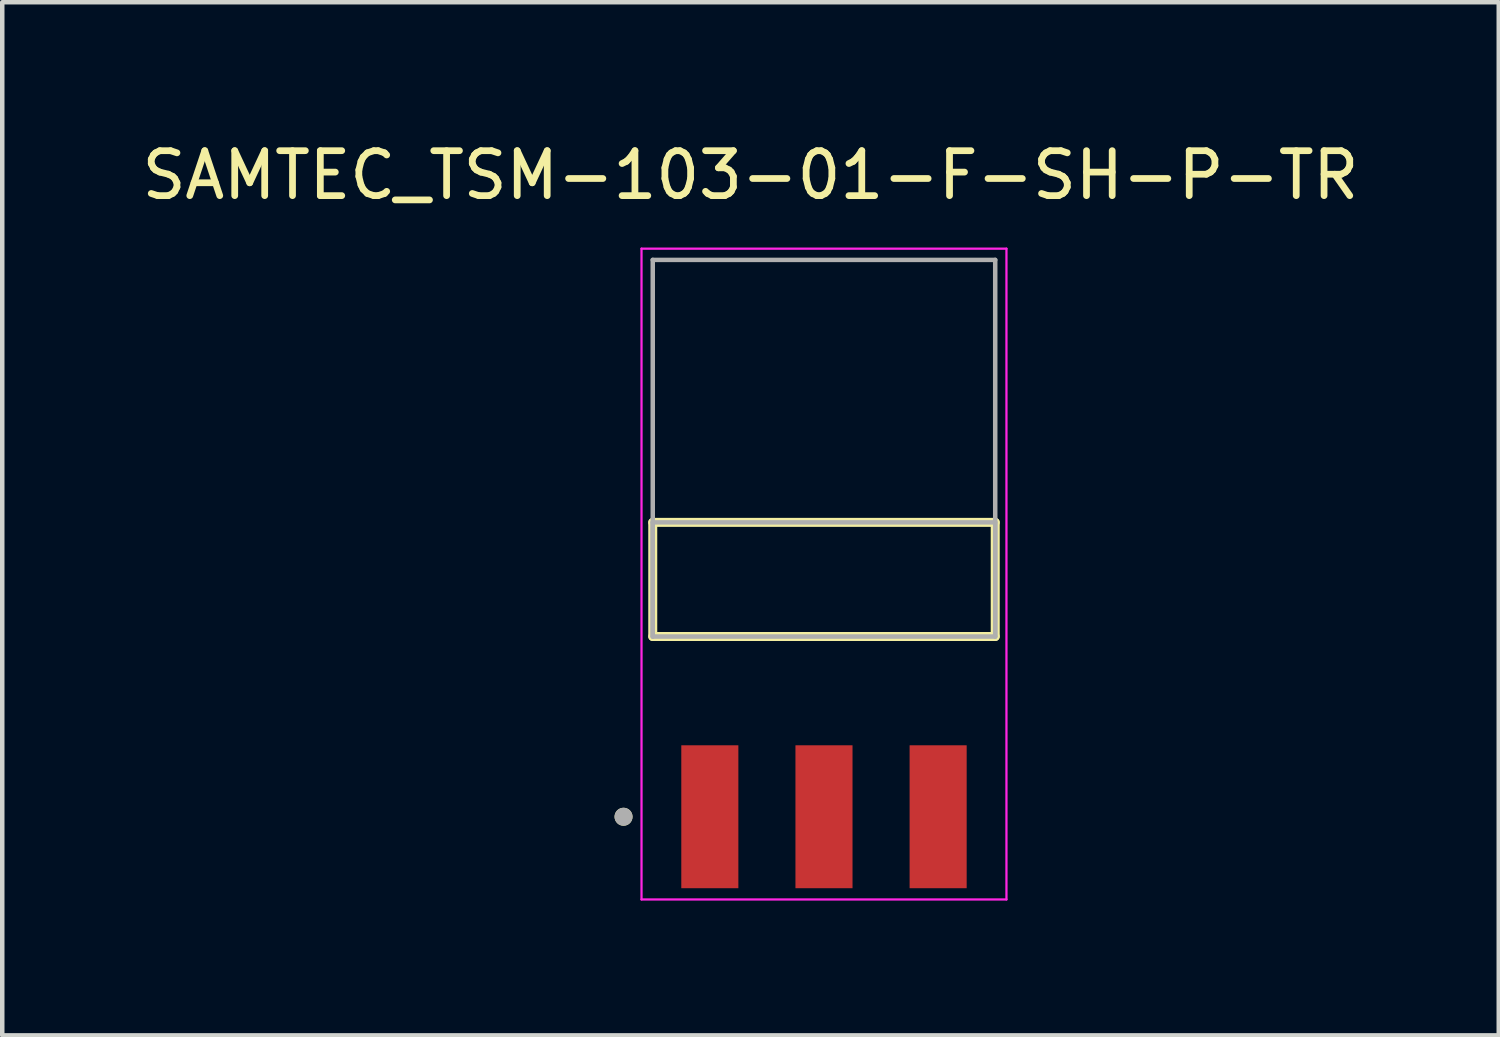
<source format=kicad_pcb>
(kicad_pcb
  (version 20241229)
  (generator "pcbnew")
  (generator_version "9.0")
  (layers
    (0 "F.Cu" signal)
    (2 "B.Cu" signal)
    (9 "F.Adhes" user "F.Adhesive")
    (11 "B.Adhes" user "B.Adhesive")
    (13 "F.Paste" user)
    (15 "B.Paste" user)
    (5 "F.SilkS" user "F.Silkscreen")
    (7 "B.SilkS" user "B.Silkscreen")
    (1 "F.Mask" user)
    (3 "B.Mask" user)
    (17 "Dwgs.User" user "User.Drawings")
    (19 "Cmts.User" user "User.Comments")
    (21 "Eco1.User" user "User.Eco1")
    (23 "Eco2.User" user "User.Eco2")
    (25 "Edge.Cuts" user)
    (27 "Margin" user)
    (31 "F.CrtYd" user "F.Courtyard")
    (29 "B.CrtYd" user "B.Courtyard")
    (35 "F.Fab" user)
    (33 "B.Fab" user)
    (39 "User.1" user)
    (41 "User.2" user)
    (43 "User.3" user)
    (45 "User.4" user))
  (footprint "SAMTEC_TSM-103-01-F-SH-P-TR"
    (layer "F.Cu")
    (at 15.284 9.843)
    (property "Reference" "SAMTEC_TSM-103-01-F-SH-P-TR" (at -1.635 -8.995 0) (layer "F.SilkS") (effects (font (size 1 1) (thickness 0.15))))
    (attr smd)
    (fp_line (start -3.81 1.27) (end -3.81 -1.27) (stroke (width 0.2) (type solid)) (layer "F.SilkS"))
    (fp_line (start 3.81 -1.27) (end -3.81 -1.27) (stroke (width 0.2) (type solid)) (layer "F.SilkS"))
    (fp_line (start 3.81 -1.27) (end 3.81 1.27) (stroke (width 0.2) (type solid)) (layer "F.SilkS"))
    (fp_line (start 3.81 1.27) (end -3.81 1.27) (stroke (width 0.2) (type solid)) (layer "F.SilkS"))
    (fp_circle (center -4.46 5.28) (end -4.36 5.28) (stroke (width 0.2) (type solid)) (fill no) (layer "F.SilkS"))
    (fp_line (start -4.06 -7.36) (end 4.06 -7.36) (stroke (width 0.05) (type solid)) (layer "F.CrtYd"))
    (fp_line (start -4.06 7.12) (end -4.06 -7.36) (stroke (width 0.05) (type solid)) (layer "F.CrtYd"))
    (fp_line (start 4.06 -7.36) (end 4.06 7.12) (stroke (width 0.05) (type solid)) (layer "F.CrtYd"))
    (fp_line (start 4.06 7.12) (end -4.06 7.12) (stroke (width 0.05) (type solid)) (layer "F.CrtYd"))
    (fp_line (start -3.81 -7.11) (end 3.81 -7.11) (stroke (width 0.1) (type solid)) (layer "F.Fab"))
    (fp_line (start -3.81 -1.27) (end 3.81 -1.27) (stroke (width 0.1) (type solid)) (layer "F.Fab"))
    (fp_line (start -3.81 1.27) (end -3.81 -7.11) (stroke (width 0.1) (type solid)) (layer "F.Fab"))
    (fp_line (start -3.81 1.27) (end -3.81 -1.27) (stroke (width 0.1) (type solid)) (layer "F.Fab"))
    (fp_line (start 3.81 -7.11) (end 3.81 1.27) (stroke (width 0.1) (type solid)) (layer "F.Fab"))
    (fp_line (start 3.81 -1.27) (end 3.81 1.27) (stroke (width 0.1) (type solid)) (layer "F.Fab"))
    (fp_line (start 3.81 1.27) (end -3.81 1.27) (stroke (width 0.1) (type solid)) (layer "F.Fab"))
    (fp_circle (center -4.46 5.28) (end -4.36 5.28) (stroke (width 0.2) (type solid)) (fill no) (layer "F.Fab"))
    (pad "01" smd rect (at -2.54 5.28) (size 1.27 3.18) (layers "F.Cu" "F.Mask" "F.Paste"))
    (pad "02" smd rect (at 0 5.28) (size 1.27 3.18) (layers "F.Cu" "F.Mask" "F.Paste"))
    (pad "03" smd rect (at 2.54 5.28) (size 1.27 3.18) (layers "F.Cu" "F.Mask" "F.Paste")))
  (gr_rect
    (start -3 -3)
    (end 30.298 19.988)
    (stroke (width 0.1) (type default))
    (fill no)
    (layer "Edge.Cuts")))
</source>
